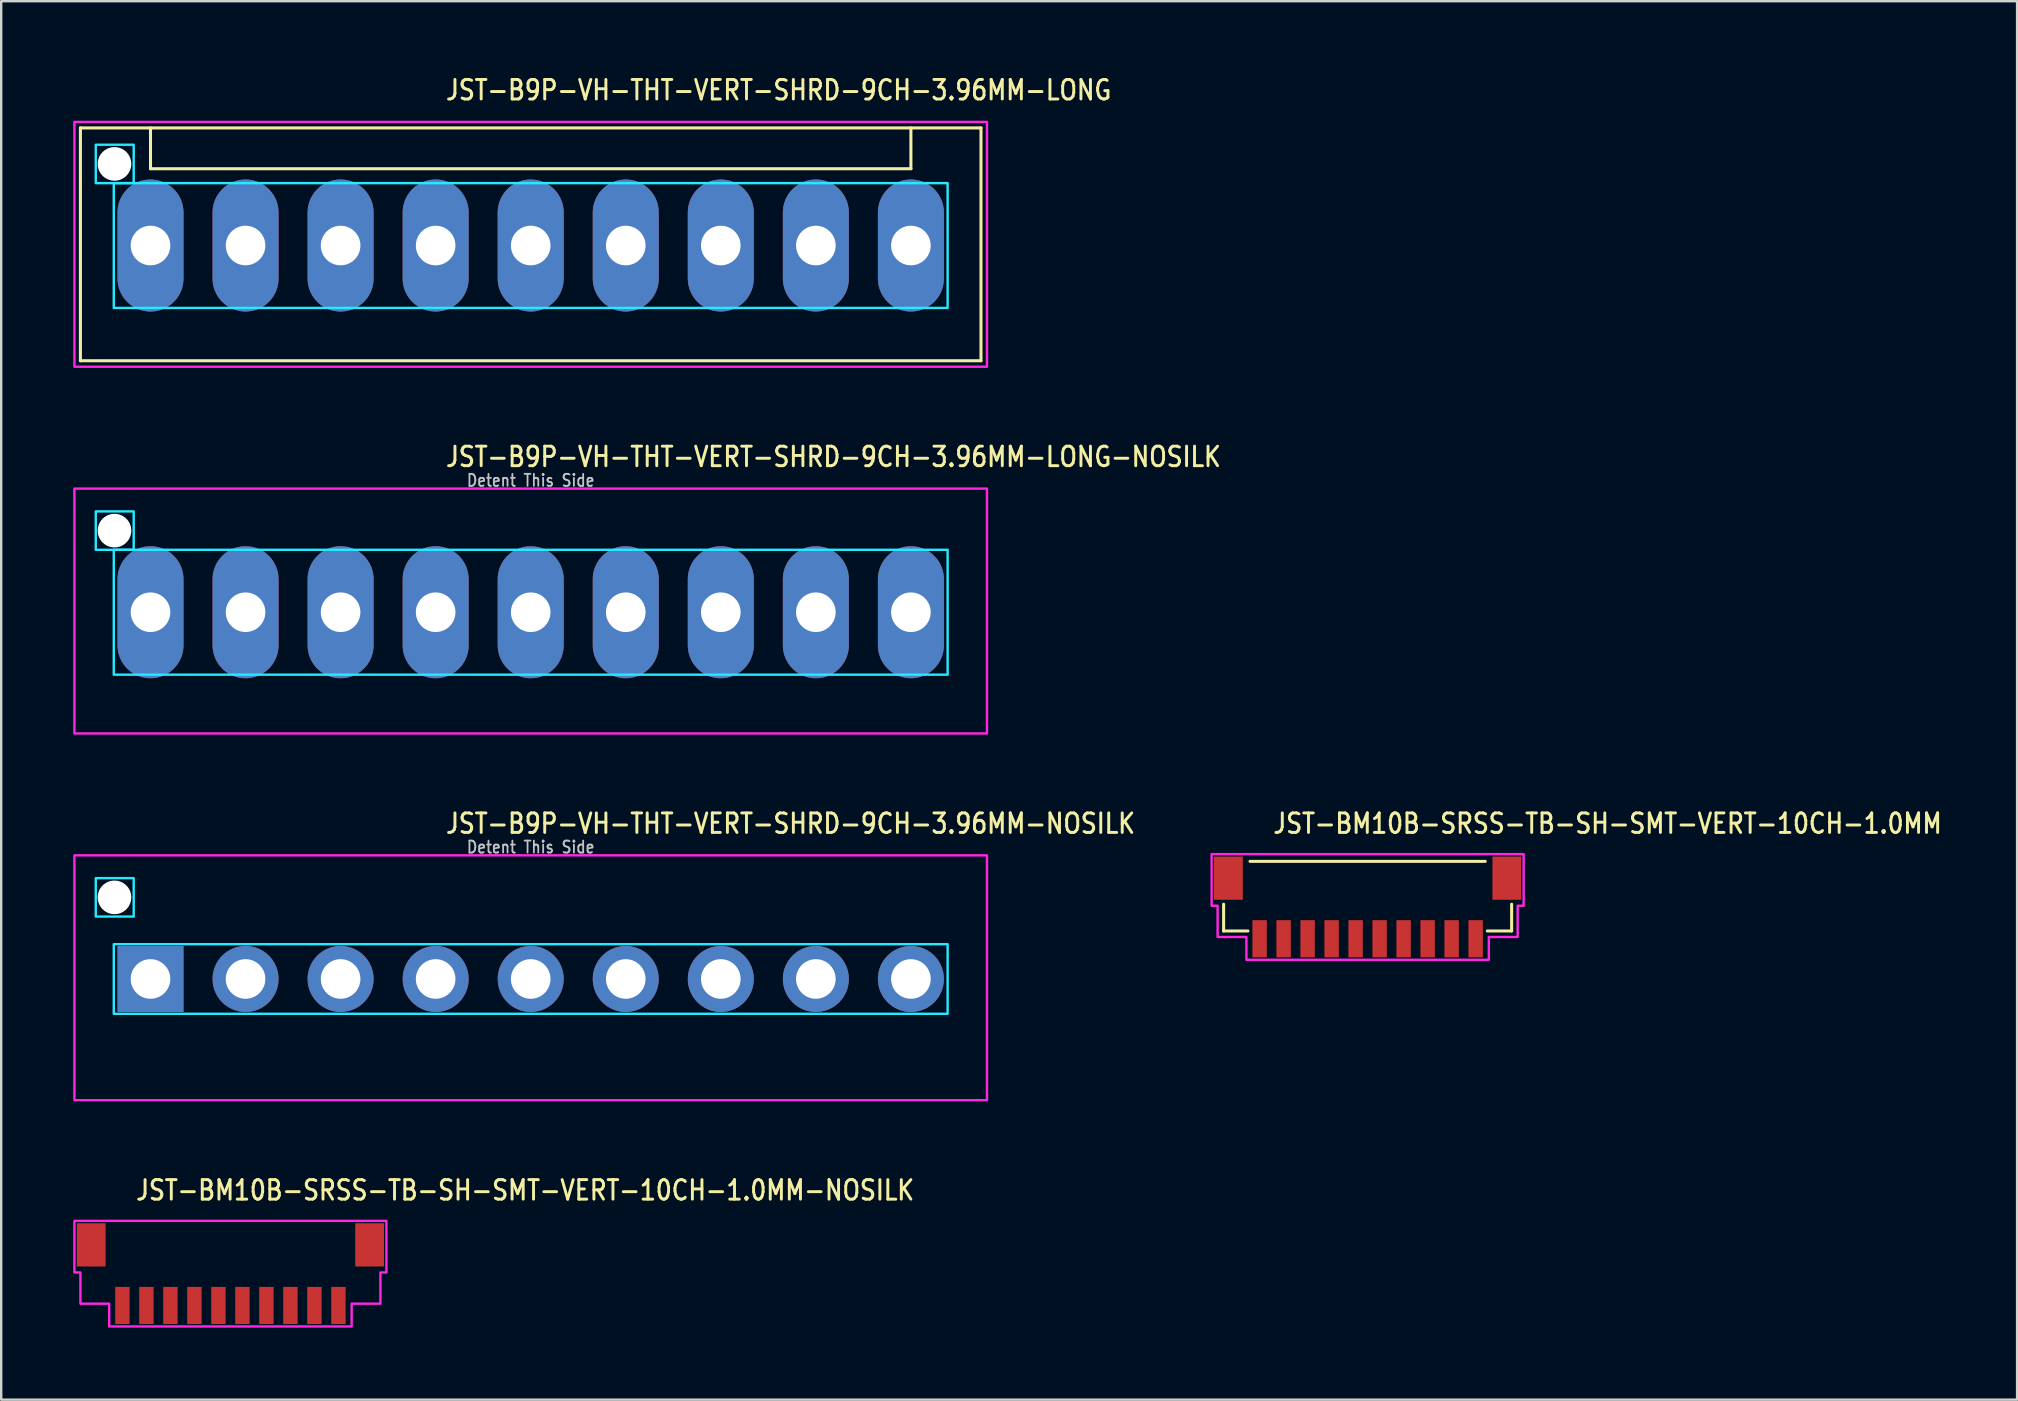
<source format=kicad_pcb>
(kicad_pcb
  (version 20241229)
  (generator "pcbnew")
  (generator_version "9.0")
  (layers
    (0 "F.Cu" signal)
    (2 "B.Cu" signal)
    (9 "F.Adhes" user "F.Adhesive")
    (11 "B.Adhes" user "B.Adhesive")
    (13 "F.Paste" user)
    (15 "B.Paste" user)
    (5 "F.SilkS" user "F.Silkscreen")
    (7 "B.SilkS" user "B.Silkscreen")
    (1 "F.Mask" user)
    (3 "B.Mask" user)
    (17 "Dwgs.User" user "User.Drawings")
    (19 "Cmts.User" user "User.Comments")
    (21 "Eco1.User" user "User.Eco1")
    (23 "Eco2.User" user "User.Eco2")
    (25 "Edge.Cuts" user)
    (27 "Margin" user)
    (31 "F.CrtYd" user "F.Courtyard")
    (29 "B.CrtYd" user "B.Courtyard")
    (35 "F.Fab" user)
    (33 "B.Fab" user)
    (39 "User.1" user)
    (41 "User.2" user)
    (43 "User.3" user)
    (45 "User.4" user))
  (footprint "JST-B9P-VH-THT-VERT-SHRD-9CH-3.96MM-LONG-NOSILK"
    (layer "F.Cu")
    (at 19.06 22.457)
    (property "Reference" "JST-B9P-VH-THT-VERT-SHRD-9CH-3.96MM-LONG-NOSILK" (at -3.6 -6 0) (unlocked yes) (layer "F.SilkS") (effects (font (size 0.813 0.695) (thickness 0.122)) (justify left bottom)))
    (fp_poly (pts (xy -17.37 -2.6) (xy -17.37 2.6) (xy 17.37 2.6) (xy 17.37 -2.6)) (stroke (width 0.1) (type solid)) (fill no) (layer "B.CrtYd"))
    (fp_poly (pts (xy -16.54 -4.2) (xy -16.54 -2.6) (xy -18.12 -2.6) (xy -18.12 -4.2)) (stroke (width 0.1) (type solid)) (fill no) (layer "B.CrtYd"))
    (fp_poly (pts (xy -19.01 -5.15) (xy -19.01 5.05) (xy 19.01 5.05) (xy 19.01 -5.15)) (stroke (width 0.1) (type solid)) (fill no) (layer "F.CrtYd"))
    (fp_text user "Detent This Side" (at 0 -5.2 0) (unlocked yes) (layer "Dwgs.User") (effects (font (size 0.5 0.427) (thickness 0.075)) (justify bottom)))
    (pad "" np_thru_hole circle (at -17.34 -3.4) (size 1.4 1.4) (drill 1.4) (layers "*.Cu" "*.Mask"))
    (pad "1" thru_hole oval (at -15.84 0 90) (size 5.5 2.75) (drill 1.65) (layers "*.Cu" "*.Mask"))
    (pad "2" thru_hole oval (at -11.88 0 90) (size 5.5 2.75) (drill 1.65) (layers "*.Cu" "*.Mask"))
    (pad "3" thru_hole oval (at -7.92 0 90) (size 5.5 2.75) (drill 1.65) (layers "*.Cu" "*.Mask"))
    (pad "4" thru_hole oval (at -3.96 0 90) (size 5.5 2.75) (drill 1.65) (layers "*.Cu" "*.Mask"))
    (pad "5" thru_hole oval (at 0 0 90) (size 5.5 2.75) (drill 1.65) (layers "*.Cu" "*.Mask"))
    (pad "6" thru_hole oval (at 3.96 0 90) (size 5.5 2.75) (drill 1.65) (layers "*.Cu" "*.Mask"))
    (pad "7" thru_hole oval (at 7.92 0 90) (size 5.5 2.75) (drill 1.65) (layers "*.Cu" "*.Mask"))
    (pad "8" thru_hole oval (at 11.88 0 90) (size 5.5 2.75) (drill 1.65) (layers "*.Cu" "*.Mask"))
    (pad "9" thru_hole oval (at 15.84 0 90) (size 5.5 2.75) (drill 1.65) (layers "*.Cu" "*.Mask")))
  (footprint "JST-B9P-VH-THT-VERT-SHRD-9CH-3.96MM-LONG"
    (layer "F.Cu")
    (at 19.06 7.179)
    (property "Reference" "JST-B9P-VH-THT-VERT-SHRD-9CH-3.96MM-LONG" (at -3.6 -6 0) (unlocked yes) (layer "F.SilkS") (effects (font (size 0.813 0.695) (thickness 0.122)) (justify left bottom)))
    (fp_line (start -18.76 -4.9) (end 18.76 -4.9) (stroke (width 0.127) (type solid)) (layer "F.SilkS"))
    (fp_line (start -18.76 4.8) (end -18.76 -4.9) (stroke (width 0.127) (type solid)) (layer "F.SilkS"))
    (fp_line (start -18.76 4.8) (end 18.76 4.8) (stroke (width 0.127) (type solid)) (layer "F.SilkS"))
    (fp_line (start -15.84 -4.9) (end -15.84 -3.2) (stroke (width 0.127) (type solid)) (layer "F.SilkS"))
    (fp_line (start -15.84 -3.2) (end 15.84 -3.2) (stroke (width 0.127) (type solid)) (layer "F.SilkS"))
    (fp_line (start 15.84 -4.9) (end 15.84 -3.2) (stroke (width 0.127) (type solid)) (layer "F.SilkS"))
    (fp_line (start 18.76 -4.9) (end 18.76 4.8) (stroke (width 0.127) (type solid)) (layer "F.SilkS"))
    (fp_poly (pts (xy -17.37 -2.6) (xy -17.37 2.6) (xy 17.37 2.6) (xy 17.37 -2.6)) (stroke (width 0.1) (type solid)) (fill no) (layer "B.CrtYd"))
    (fp_poly (pts (xy -16.54 -4.2) (xy -16.54 -2.6) (xy -18.12 -2.6) (xy -18.12 -4.2)) (stroke (width 0.1) (type solid)) (fill no) (layer "B.CrtYd"))
    (fp_poly (pts (xy -19.01 -5.15) (xy -19.01 5.05) (xy 19.01 5.05) (xy 19.01 -5.15)) (stroke (width 0.1) (type solid)) (fill no) (layer "F.CrtYd"))
    (pad "" np_thru_hole circle (at -17.34 -3.4) (size 1.4 1.4) (drill 1.4) (layers "*.Cu" "*.Mask"))
    (pad "1" thru_hole oval (at -15.84 0 90) (size 5.5 2.75) (drill 1.65) (layers "*.Cu" "*.Mask"))
    (pad "2" thru_hole oval (at -11.88 0 90) (size 5.5 2.75) (drill 1.65) (layers "*.Cu" "*.Mask"))
    (pad "3" thru_hole oval (at -7.92 0 90) (size 5.5 2.75) (drill 1.65) (layers "*.Cu" "*.Mask"))
    (pad "4" thru_hole oval (at -3.96 0 90) (size 5.5 2.75) (drill 1.65) (layers "*.Cu" "*.Mask"))
    (pad "5" thru_hole oval (at 0 0 90) (size 5.5 2.75) (drill 1.65) (layers "*.Cu" "*.Mask"))
    (pad "6" thru_hole oval (at 3.96 0 90) (size 5.5 2.75) (drill 1.65) (layers "*.Cu" "*.Mask"))
    (pad "7" thru_hole oval (at 7.92 0 90) (size 5.5 2.75) (drill 1.65) (layers "*.Cu" "*.Mask"))
    (pad "8" thru_hole oval (at 11.88 0 90) (size 5.5 2.75) (drill 1.65) (layers "*.Cu" "*.Mask"))
    (pad "9" thru_hole oval (at 15.84 0 90) (size 5.5 2.75) (drill 1.65) (layers "*.Cu" "*.Mask")))
  (footprint "JST-BM10B-SRSS-TB-SH-SMT-VERT-10CH-1.0MM-NOSILK"
    (layer "F.Cu")
    (at 6.55 50.014)
    (property "Reference" "JST-BM10B-SRSS-TB-SH-SMT-VERT-10CH-1.0MM-NOSILK" (at -4 -3 0) (unlocked yes) (layer "F.SilkS") (effects (font (size 0.813 0.695) (thickness 0.122)) (justify left bottom)))
    (fp_poly (pts (xy -6.5 -2.2) (xy -6.5 -0.05) (xy -6.25 -0.05) (xy -6.25 1.25) (xy -5.05 1.25) (xy -5.05 2.2) (xy 5.05 2.2) (xy 5.05 1.25) (xy 6.25 1.25) (xy 6.25 -0.05) (xy 6.5 -0.05) (xy 6.5 -2.2)) (stroke (width 0.1) (type solid)) (fill no) (layer "F.CrtYd"))
    (pad "1" smd rect (at -4.5 1.325) (size 0.6 1.55) (layers "F.Cu" "F.Mask" "F.Paste"))
    (pad "2" smd rect (at -3.5 1.325) (size 0.6 1.55) (layers "F.Cu" "F.Mask" "F.Paste"))
    (pad "3" smd rect (at -2.5 1.325) (size 0.6 1.55) (layers "F.Cu" "F.Mask" "F.Paste"))
    (pad "4" smd rect (at -1.5 1.325) (size 0.6 1.55) (layers "F.Cu" "F.Mask" "F.Paste"))
    (pad "5" smd rect (at -0.5 1.325) (size 0.6 1.55) (layers "F.Cu" "F.Mask" "F.Paste"))
    (pad "6" smd rect (at 0.5 1.325) (size 0.6 1.55) (layers "F.Cu" "F.Mask" "F.Paste"))
    (pad "7" smd rect (at 1.5 1.325) (size 0.6 1.55) (layers "F.Cu" "F.Mask" "F.Paste"))
    (pad "8" smd rect (at 2.5 1.325) (size 0.6 1.55) (layers "F.Cu" "F.Mask" "F.Paste"))
    (pad "9" smd rect (at 3.5 1.325) (size 0.6 1.55) (layers "F.Cu" "F.Mask" "F.Paste"))
    (pad "10" smd rect (at 4.5 1.325) (size 0.6 1.55) (layers "F.Cu" "F.Mask" "F.Paste"))
    (pad "S_10" smd rect (at 5.8 -1.2) (size 1.2 1.8) (layers "F.Cu" "F.Mask" "F.Paste"))
    (pad "S_11" smd rect (at -5.8 -1.2) (size 1.2 1.8) (layers "F.Cu" "F.Mask" "F.Paste")))
  (footprint "JST-B9P-VH-THT-VERT-SHRD-9CH-3.96MM-NOSILK"
    (layer "F.Cu")
    (at 19.06 37.736)
    (property "Reference" "JST-B9P-VH-THT-VERT-SHRD-9CH-3.96MM-NOSILK" (at -3.6 -6 0) (unlocked yes) (layer "F.SilkS") (effects (font (size 0.813 0.695) (thickness 0.122)) (justify left bottom)))
    (fp_poly (pts (xy -17.37 -1.45) (xy -17.37 1.45) (xy 17.37 1.45) (xy 17.37 -1.45)) (stroke (width 0.1) (type solid)) (fill no) (layer "B.CrtYd"))
    (fp_poly (pts (xy -16.54 -4.2) (xy -16.54 -2.6) (xy -18.12 -2.6) (xy -18.12 -4.2)) (stroke (width 0.1) (type solid)) (fill no) (layer "B.CrtYd"))
    (fp_poly (pts (xy -19.01 -5.15) (xy -19.01 5.05) (xy 19.01 5.05) (xy 19.01 -5.15)) (stroke (width 0.1) (type solid)) (fill no) (layer "F.CrtYd"))
    (fp_text user "Detent This Side" (at 0 -5.2 0) (unlocked yes) (layer "Dwgs.User") (effects (font (size 0.5 0.427) (thickness 0.075)) (justify bottom)))
    (pad "" np_thru_hole circle (at -17.34 -3.4) (size 1.4 1.4) (drill 1.4) (layers "*.Cu" "*.Mask"))
    (pad "1" thru_hole rect (at -15.84 0) (size 2.75 2.75) (drill 1.65) (layers "*.Cu" "*.Mask"))
    (pad "2" thru_hole oval (at -11.88 0) (size 2.75 2.75) (drill 1.65) (layers "*.Cu" "*.Mask"))
    (pad "3" thru_hole oval (at -7.92 0) (size 2.75 2.75) (drill 1.65) (layers "*.Cu" "*.Mask"))
    (pad "4" thru_hole oval (at -3.96 0) (size 2.75 2.75) (drill 1.65) (layers "*.Cu" "*.Mask"))
    (pad "5" thru_hole oval (at 0 0) (size 2.75 2.75) (drill 1.65) (layers "*.Cu" "*.Mask"))
    (pad "6" thru_hole oval (at 3.96 0) (size 2.75 2.75) (drill 1.65) (layers "*.Cu" "*.Mask"))
    (pad "7" thru_hole oval (at 7.92 0) (size 2.75 2.75) (drill 1.65) (layers "*.Cu" "*.Mask"))
    (pad "8" thru_hole oval (at 11.88 0) (size 2.75 2.75) (drill 1.65) (layers "*.Cu" "*.Mask"))
    (pad "9" thru_hole oval (at 15.84 0) (size 2.75 2.75) (drill 1.65) (layers "*.Cu" "*.Mask")))
  (footprint "JST-BM10B-SRSS-TB-SH-SMT-VERT-10CH-1.0MM"
    (layer "F.Cu")
    (at 53.928 34.736)
    (property "Reference" "JST-BM10B-SRSS-TB-SH-SMT-VERT-10CH-1.0MM" (at -4 -3 0) (unlocked yes) (layer "F.SilkS") (effects (font (size 0.813 0.695) (thickness 0.122)) (justify left bottom)))
    (fp_line (start -6 -0.114) (end -6 1) (stroke (width 0.127) (type solid)) (layer "F.SilkS"))
    (fp_line (start -6 1) (end -4.987 1) (stroke (width 0.127) (type solid)) (layer "F.SilkS"))
    (fp_line (start -4.9 -1.9) (end 4.9 -1.9) (stroke (width 0.127) (type solid)) (layer "F.SilkS"))
    (fp_line (start 4.987 1) (end 6 1) (stroke (width 0.127) (type solid)) (layer "F.SilkS"))
    (fp_line (start 6 1) (end 6 -0.114) (stroke (width 0.127) (type solid)) (layer "F.SilkS"))
    (fp_poly (pts (xy -6.5 -2.2) (xy -6.5 -0.05) (xy -6.25 -0.05) (xy -6.25 1.25) (xy -5.05 1.25) (xy -5.05 2.2) (xy 5.05 2.2) (xy 5.05 1.25) (xy 6.25 1.25) (xy 6.25 -0.05) (xy 6.5 -0.05) (xy 6.5 -2.2)) (stroke (width 0.1) (type solid)) (fill no) (layer "F.CrtYd"))
    (pad "1" smd rect (at -4.5 1.325) (size 0.6 1.55) (layers "F.Cu" "F.Mask" "F.Paste"))
    (pad "2" smd rect (at -3.5 1.325) (size 0.6 1.55) (layers "F.Cu" "F.Mask" "F.Paste"))
    (pad "3" smd rect (at -2.5 1.325) (size 0.6 1.55) (layers "F.Cu" "F.Mask" "F.Paste"))
    (pad "4" smd rect (at -1.5 1.325) (size 0.6 1.55) (layers "F.Cu" "F.Mask" "F.Paste"))
    (pad "5" smd rect (at -0.5 1.325) (size 0.6 1.55) (layers "F.Cu" "F.Mask" "F.Paste"))
    (pad "6" smd rect (at 0.5 1.325) (size 0.6 1.55) (layers "F.Cu" "F.Mask" "F.Paste"))
    (pad "7" smd rect (at 1.5 1.325) (size 0.6 1.55) (layers "F.Cu" "F.Mask" "F.Paste"))
    (pad "8" smd rect (at 2.5 1.325) (size 0.6 1.55) (layers "F.Cu" "F.Mask" "F.Paste"))
    (pad "9" smd rect (at 3.5 1.325) (size 0.6 1.55) (layers "F.Cu" "F.Mask" "F.Paste"))
    (pad "10" smd rect (at 4.5 1.325) (size 0.6 1.55) (layers "F.Cu" "F.Mask" "F.Paste"))
    (pad "S_10" smd rect (at 5.8 -1.2) (size 1.2 1.8) (layers "F.Cu" "F.Mask" "F.Paste"))
    (pad "S_11" smd rect (at -5.8 -1.2) (size 1.2 1.8) (layers "F.Cu" "F.Mask" "F.Paste")))
  (gr_rect
    (start -3 -3)
    (end 80.986 55.264)
    (stroke (width 0.1) (type default))
    (fill no)
    (layer "Edge.Cuts")))
</source>
